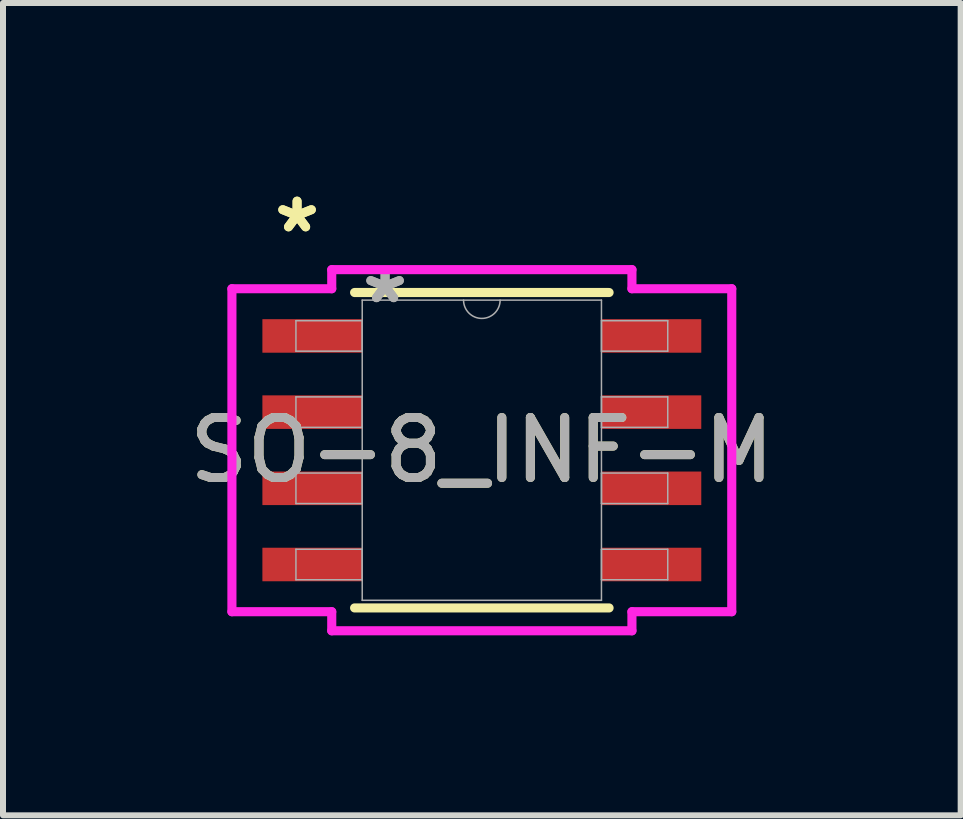
<source format=kicad_pcb>
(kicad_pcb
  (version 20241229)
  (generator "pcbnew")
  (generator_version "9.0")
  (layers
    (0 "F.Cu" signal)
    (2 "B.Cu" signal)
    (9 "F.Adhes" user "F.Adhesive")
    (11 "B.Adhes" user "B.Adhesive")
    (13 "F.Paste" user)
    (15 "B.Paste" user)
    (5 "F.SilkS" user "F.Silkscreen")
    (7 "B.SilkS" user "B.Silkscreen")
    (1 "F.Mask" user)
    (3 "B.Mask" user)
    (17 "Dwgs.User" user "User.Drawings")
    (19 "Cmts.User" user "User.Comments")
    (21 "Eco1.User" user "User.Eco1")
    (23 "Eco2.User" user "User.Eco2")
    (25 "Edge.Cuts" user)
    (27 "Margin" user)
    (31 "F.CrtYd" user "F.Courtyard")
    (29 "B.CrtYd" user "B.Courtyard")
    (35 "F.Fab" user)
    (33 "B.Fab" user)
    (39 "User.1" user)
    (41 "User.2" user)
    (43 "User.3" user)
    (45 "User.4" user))
  (footprint "SO-8_INF-M"
    (layer "F.Cu")
    (at 4.982 4.455)
    (property "Reference" "SO-8_INF-M" (at 0 0 0) (unlocked yes) (layer "F.SilkS") (effects (font (size 1 1) (thickness 0.15))))
    (attr smd)
    (fp_line (start -2.121 2.629) (end 2.121 2.629) (stroke (width 0.152) (type solid)) (layer "F.SilkS"))
    (fp_line (start 2.121 -2.629) (end -2.121 -2.629) (stroke (width 0.152) (type solid)) (layer "F.SilkS"))
    (fp_line (start -4.166 -2.692) (end -2.502 -2.692) (stroke (width 0.152) (type solid)) (layer "F.CrtYd"))
    (fp_line (start -4.166 2.692) (end -4.166 -2.692) (stroke (width 0.152) (type solid)) (layer "F.CrtYd"))
    (fp_line (start -4.166 2.692) (end -2.502 2.692) (stroke (width 0.152) (type solid)) (layer "F.CrtYd"))
    (fp_line (start -2.502 -3.01) (end 2.502 -3.01) (stroke (width 0.152) (type solid)) (layer "F.CrtYd"))
    (fp_line (start -2.502 -2.692) (end -2.502 -3.01) (stroke (width 0.152) (type solid)) (layer "F.CrtYd"))
    (fp_line (start -2.502 3.01) (end -2.502 2.692) (stroke (width 0.152) (type solid)) (layer "F.CrtYd"))
    (fp_line (start 2.502 -3.01) (end 2.502 -2.692) (stroke (width 0.152) (type solid)) (layer "F.CrtYd"))
    (fp_line (start 2.502 2.692) (end 2.502 3.01) (stroke (width 0.152) (type solid)) (layer "F.CrtYd"))
    (fp_line (start 2.502 3.01) (end -2.502 3.01) (stroke (width 0.152) (type solid)) (layer "F.CrtYd"))
    (fp_line (start 4.166 -2.692) (end 2.502 -2.692) (stroke (width 0.152) (type solid)) (layer "F.CrtYd"))
    (fp_line (start 4.166 -2.692) (end 4.166 2.692) (stroke (width 0.152) (type solid)) (layer "F.CrtYd"))
    (fp_line (start 4.166 2.692) (end 2.502 2.692) (stroke (width 0.152) (type solid)) (layer "F.CrtYd"))
    (fp_line (start -3.099 -2.159) (end -3.099 -1.651) (stroke (width 0.025) (type solid)) (layer "F.Fab"))
    (fp_line (start -3.099 -1.651) (end -1.994 -1.651) (stroke (width 0.025) (type solid)) (layer "F.Fab"))
    (fp_line (start -3.099 -0.889) (end -3.099 -0.381) (stroke (width 0.025) (type solid)) (layer "F.Fab"))
    (fp_line (start -3.099 -0.381) (end -1.994 -0.381) (stroke (width 0.025) (type solid)) (layer "F.Fab"))
    (fp_line (start -3.099 0.381) (end -3.099 0.889) (stroke (width 0.025) (type solid)) (layer "F.Fab"))
    (fp_line (start -3.099 0.889) (end -1.994 0.889) (stroke (width 0.025) (type solid)) (layer "F.Fab"))
    (fp_line (start -3.099 1.651) (end -3.099 2.159) (stroke (width 0.025) (type solid)) (layer "F.Fab"))
    (fp_line (start -3.099 2.159) (end -1.994 2.159) (stroke (width 0.025) (type solid)) (layer "F.Fab"))
    (fp_line (start -1.994 -2.502) (end -1.994 2.502) (stroke (width 0.025) (type solid)) (layer "F.Fab"))
    (fp_line (start -1.994 -2.159) (end -3.099 -2.159) (stroke (width 0.025) (type solid)) (layer "F.Fab"))
    (fp_line (start -1.994 -1.651) (end -1.994 -2.159) (stroke (width 0.025) (type solid)) (layer "F.Fab"))
    (fp_line (start -1.994 -0.889) (end -3.099 -0.889) (stroke (width 0.025) (type solid)) (layer "F.Fab"))
    (fp_line (start -1.994 -0.381) (end -1.994 -0.889) (stroke (width 0.025) (type solid)) (layer "F.Fab"))
    (fp_line (start -1.994 0.381) (end -3.099 0.381) (stroke (width 0.025) (type solid)) (layer "F.Fab"))
    (fp_line (start -1.994 0.889) (end -1.994 0.381) (stroke (width 0.025) (type solid)) (layer "F.Fab"))
    (fp_line (start -1.994 1.651) (end -3.099 1.651) (stroke (width 0.025) (type solid)) (layer "F.Fab"))
    (fp_line (start -1.994 2.159) (end -1.994 1.651) (stroke (width 0.025) (type solid)) (layer "F.Fab"))
    (fp_line (start -1.994 2.502) (end 1.994 2.502) (stroke (width 0.025) (type solid)) (layer "F.Fab"))
    (fp_line (start 1.994 -2.502) (end -1.994 -2.502) (stroke (width 0.025) (type solid)) (layer "F.Fab"))
    (fp_line (start 1.994 -2.159) (end 1.994 -1.651) (stroke (width 0.025) (type solid)) (layer "F.Fab"))
    (fp_line (start 1.994 -1.651) (end 3.099 -1.651) (stroke (width 0.025) (type solid)) (layer "F.Fab"))
    (fp_line (start 1.994 -0.889) (end 1.994 -0.381) (stroke (width 0.025) (type solid)) (layer "F.Fab"))
    (fp_line (start 1.994 -0.381) (end 3.099 -0.381) (stroke (width 0.025) (type solid)) (layer "F.Fab"))
    (fp_line (start 1.994 0.381) (end 1.994 0.889) (stroke (width 0.025) (type solid)) (layer "F.Fab"))
    (fp_line (start 1.994 0.889) (end 3.099 0.889) (stroke (width 0.025) (type solid)) (layer "F.Fab"))
    (fp_line (start 1.994 1.651) (end 1.994 2.159) (stroke (width 0.025) (type solid)) (layer "F.Fab"))
    (fp_line (start 1.994 2.159) (end 3.099 2.159) (stroke (width 0.025) (type solid)) (layer "F.Fab"))
    (fp_line (start 1.994 2.502) (end 1.994 -2.502) (stroke (width 0.025) (type solid)) (layer "F.Fab"))
    (fp_line (start 3.099 -2.159) (end 1.994 -2.159) (stroke (width 0.025) (type solid)) (layer "F.Fab"))
    (fp_line (start 3.099 -1.651) (end 3.099 -2.159) (stroke (width 0.025) (type solid)) (layer "F.Fab"))
    (fp_line (start 3.099 -0.889) (end 1.994 -0.889) (stroke (width 0.025) (type solid)) (layer "F.Fab"))
    (fp_line (start 3.099 -0.381) (end 3.099 -0.889) (stroke (width 0.025) (type solid)) (layer "F.Fab"))
    (fp_line (start 3.099 0.381) (end 1.994 0.381) (stroke (width 0.025) (type solid)) (layer "F.Fab"))
    (fp_line (start 3.099 0.889) (end 3.099 0.381) (stroke (width 0.025) (type solid)) (layer "F.Fab"))
    (fp_line (start 3.099 1.651) (end 1.994 1.651) (stroke (width 0.025) (type solid)) (layer "F.Fab"))
    (fp_line (start 3.099 2.159) (end 3.099 1.651) (stroke (width 0.025) (type solid)) (layer "F.Fab"))
    (fp_arc (start 0.3048 -2.5019) (mid 0 -2.1971) (end -0.3048 -2.5019) (stroke (width 0.0254) (type solid)) (layer "F.Fab"))
    (fp_text user "*" (at -3.08 -3.607 0) (layer "F.SilkS") (effects (font (size 1 1) (thickness 0.15))))
    (fp_text user "*" (at -3.08 -3.607 0) (unlocked yes) (layer "F.SilkS") (effects (font (size 1 1) (thickness 0.15))))
    (fp_text user "${REFERENCE}" (at 0 0 0) (unlocked yes) (layer "F.Fab") (effects (font (size 1 1) (thickness 0.15))))
    (fp_text user "*" (at -1.613 -2.426 0) (layer "F.Fab") (effects (font (size 1 1) (thickness 0.15))))
    (fp_text user "*" (at -1.613 -2.426 0) (unlocked yes) (layer "F.Fab") (effects (font (size 1 1) (thickness 0.15))))
    (pad "1" smd rect (at -2.826 -1.905) (size 1.664 0.559) (layers "F.Cu" "F.Mask" "F.Paste"))
    (pad "2" smd rect (at -2.826 -0.635) (size 1.664 0.559) (layers "F.Cu" "F.Mask" "F.Paste"))
    (pad "3" smd rect (at -2.826 0.635) (size 1.664 0.559) (layers "F.Cu" "F.Mask" "F.Paste"))
    (pad "4" smd rect (at -2.826 1.905) (size 1.664 0.559) (layers "F.Cu" "F.Mask" "F.Paste"))
    (pad "5" smd rect (at 2.826 1.905) (size 1.664 0.559) (layers "F.Cu" "F.Mask" "F.Paste"))
    (pad "6" smd rect (at 2.826 0.635) (size 1.664 0.559) (layers "F.Cu" "F.Mask" "F.Paste"))
    (pad "7" smd rect (at 2.826 -0.635) (size 1.664 0.559) (layers "F.Cu" "F.Mask" "F.Paste"))
    (pad "8" smd rect (at 2.826 -1.905) (size 1.664 0.559) (layers "F.Cu" "F.Mask" "F.Paste")))
  (gr_rect
    (start -3 -3)
    (end 12.964 10.541)
    (stroke (width 0.1) (type default))
    (fill no)
    (layer "Edge.Cuts")))
</source>
